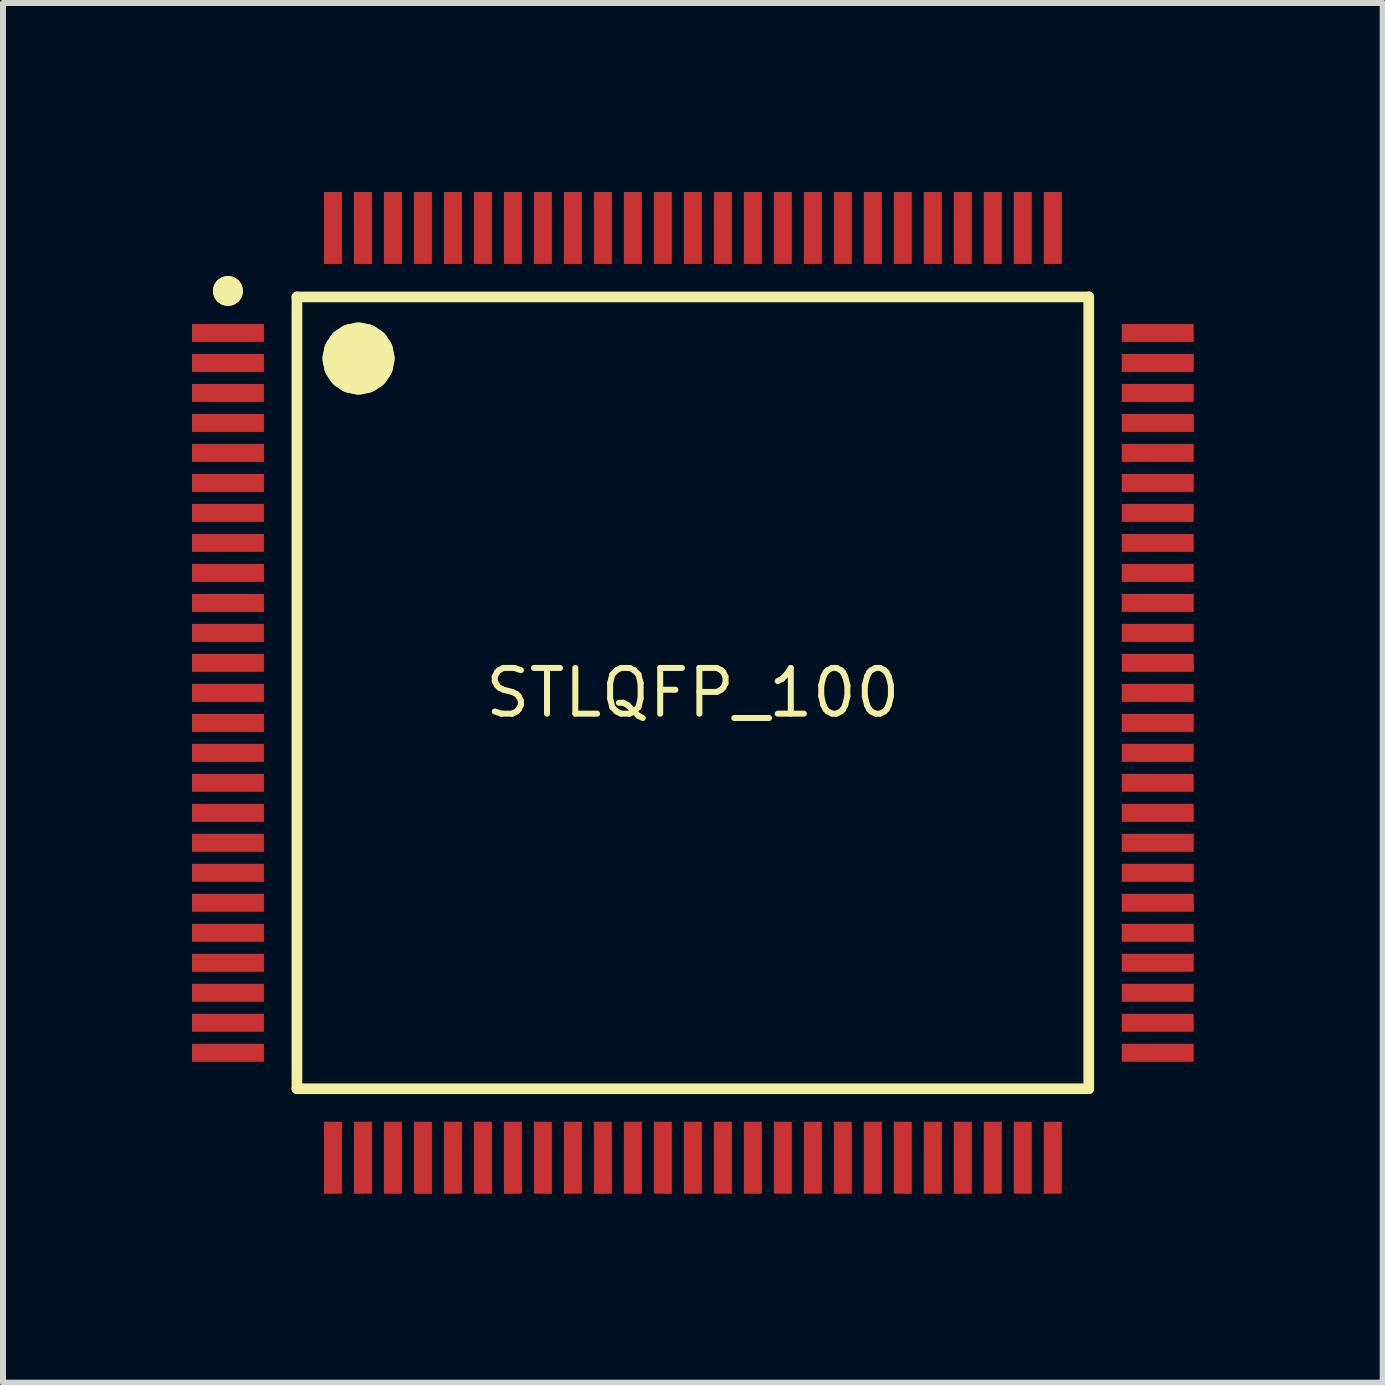
<source format=kicad_pcb>
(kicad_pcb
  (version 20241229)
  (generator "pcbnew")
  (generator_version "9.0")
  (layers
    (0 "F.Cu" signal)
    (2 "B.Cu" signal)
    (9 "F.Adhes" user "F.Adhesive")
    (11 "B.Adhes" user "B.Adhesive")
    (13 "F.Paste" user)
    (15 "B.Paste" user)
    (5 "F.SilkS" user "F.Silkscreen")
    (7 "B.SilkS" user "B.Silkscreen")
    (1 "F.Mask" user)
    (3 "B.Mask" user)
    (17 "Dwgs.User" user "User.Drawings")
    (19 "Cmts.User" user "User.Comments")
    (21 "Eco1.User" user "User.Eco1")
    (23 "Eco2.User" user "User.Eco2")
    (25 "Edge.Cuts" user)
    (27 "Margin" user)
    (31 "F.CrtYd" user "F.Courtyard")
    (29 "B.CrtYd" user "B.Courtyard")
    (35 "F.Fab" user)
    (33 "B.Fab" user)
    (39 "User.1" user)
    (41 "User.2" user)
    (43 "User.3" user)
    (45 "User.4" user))
  (footprint "STLQFP_100"
    (layer "F.Cu")
    (at 8.5 8.5)
    (property "Reference" "STLQFP_100" (at 0 0 0) (layer "F.SilkS") (effects (font (size 0.762 0.762) (thickness 0.1))))
    (attr through_hole)
    (fp_poly (pts (xy -7 -5.7) (xy -7 -6.3) (xy -8.5 -6.3) (xy -8.5 -5.7)) (stroke (width 0) (type solid)) (fill yes) (layer "F.Mask"))
    (fp_poly (pts (xy -7 -5.2) (xy -7 -5.8) (xy -8.5 -5.8) (xy -8.5 -5.2)) (stroke (width 0) (type solid)) (fill yes) (layer "F.Mask"))
    (fp_poly (pts (xy -7 -4.7) (xy -7 -5.3) (xy -8.5 -5.3) (xy -8.5 -4.7)) (stroke (width 0) (type solid)) (fill yes) (layer "F.Mask"))
    (fp_poly (pts (xy -7 -4.2) (xy -7 -4.8) (xy -8.5 -4.8) (xy -8.5 -4.2)) (stroke (width 0) (type solid)) (fill yes) (layer "F.Mask"))
    (fp_poly (pts (xy -7 -3.7) (xy -7 -4.3) (xy -8.5 -4.3) (xy -8.5 -3.7)) (stroke (width 0) (type solid)) (fill yes) (layer "F.Mask"))
    (fp_poly (pts (xy -7 -3.2) (xy -7 -3.8) (xy -8.5 -3.8) (xy -8.5 -3.2)) (stroke (width 0) (type solid)) (fill yes) (layer "F.Mask"))
    (fp_poly (pts (xy -7 -2.7) (xy -7 -3.3) (xy -8.5 -3.3) (xy -8.5 -2.7)) (stroke (width 0) (type solid)) (fill yes) (layer "F.Mask"))
    (fp_poly (pts (xy -7 -2.2) (xy -7 -2.8) (xy -8.5 -2.8) (xy -8.5 -2.2)) (stroke (width 0) (type solid)) (fill yes) (layer "F.Mask"))
    (fp_poly (pts (xy -7 -1.7) (xy -7 -2.3) (xy -8.5 -2.3) (xy -8.5 -1.7)) (stroke (width 0) (type solid)) (fill yes) (layer "F.Mask"))
    (fp_poly (pts (xy -7 -1.2) (xy -7 -1.8) (xy -8.5 -1.8) (xy -8.5 -1.2)) (stroke (width 0) (type solid)) (fill yes) (layer "F.Mask"))
    (fp_poly (pts (xy -7 -0.7) (xy -7 -1.3) (xy -8.5 -1.3) (xy -8.5 -0.7)) (stroke (width 0) (type solid)) (fill yes) (layer "F.Mask"))
    (fp_poly (pts (xy -7 -0.2) (xy -7 -0.8) (xy -8.5 -0.8) (xy -8.5 -0.2)) (stroke (width 0) (type solid)) (fill yes) (layer "F.Mask"))
    (fp_poly (pts (xy -7 0.3) (xy -7 -0.3) (xy -8.5 -0.3) (xy -8.5 0.3)) (stroke (width 0) (type solid)) (fill yes) (layer "F.Mask"))
    (fp_poly (pts (xy -7 0.8) (xy -7 0.2) (xy -8.5 0.2) (xy -8.5 0.8)) (stroke (width 0) (type solid)) (fill yes) (layer "F.Mask"))
    (fp_poly (pts (xy -7 1.3) (xy -7 0.7) (xy -8.5 0.7) (xy -8.5 1.3)) (stroke (width 0) (type solid)) (fill yes) (layer "F.Mask"))
    (fp_poly (pts (xy -7 1.8) (xy -7 1.2) (xy -8.5 1.2) (xy -8.5 1.8)) (stroke (width 0) (type solid)) (fill yes) (layer "F.Mask"))
    (fp_poly (pts (xy -7 2.3) (xy -7 1.7) (xy -8.5 1.7) (xy -8.5 2.3)) (stroke (width 0) (type solid)) (fill yes) (layer "F.Mask"))
    (fp_poly (pts (xy -7 2.8) (xy -7 2.2) (xy -8.5 2.2) (xy -8.5 2.8)) (stroke (width 0) (type solid)) (fill yes) (layer "F.Mask"))
    (fp_poly (pts (xy -7 3.3) (xy -7 2.7) (xy -8.5 2.7) (xy -8.5 3.3)) (stroke (width 0) (type solid)) (fill yes) (layer "F.Mask"))
    (fp_poly (pts (xy -7 3.8) (xy -7 3.2) (xy -8.5 3.2) (xy -8.5 3.8)) (stroke (width 0) (type solid)) (fill yes) (layer "F.Mask"))
    (fp_poly (pts (xy -7 4.3) (xy -7 3.7) (xy -8.5 3.7) (xy -8.5 4.3)) (stroke (width 0) (type solid)) (fill yes) (layer "F.Mask"))
    (fp_poly (pts (xy -7 4.8) (xy -7 4.2) (xy -8.5 4.2) (xy -8.5 4.8)) (stroke (width 0) (type solid)) (fill yes) (layer "F.Mask"))
    (fp_poly (pts (xy -7 5.3) (xy -7 4.7) (xy -8.5 4.7) (xy -8.5 5.3)) (stroke (width 0) (type solid)) (fill yes) (layer "F.Mask"))
    (fp_poly (pts (xy -7 5.8) (xy -7 5.2) (xy -8.5 5.2) (xy -8.5 5.8)) (stroke (width 0) (type solid)) (fill yes) (layer "F.Mask"))
    (fp_poly (pts (xy -7 6.3) (xy -7 5.7) (xy -8.5 5.7) (xy -8.5 6.3)) (stroke (width 0) (type solid)) (fill yes) (layer "F.Mask"))
    (fp_poly (pts (xy -6.3 -7) (xy -5.7 -7) (xy -5.7 -8.5) (xy -6.3 -8.5)) (stroke (width 0) (type solid)) (fill yes) (layer "F.Mask"))
    (fp_poly (pts (xy -6.3 8.5) (xy -5.7 8.5) (xy -5.7 7) (xy -6.3 7)) (stroke (width 0) (type solid)) (fill yes) (layer "F.Mask"))
    (fp_poly (pts (xy -5.8 -7) (xy -5.2 -7) (xy -5.2 -8.5) (xy -5.8 -8.5)) (stroke (width 0) (type solid)) (fill yes) (layer "F.Mask"))
    (fp_poly (pts (xy -5.8 8.5) (xy -5.2 8.5) (xy -5.2 7) (xy -5.8 7)) (stroke (width 0) (type solid)) (fill yes) (layer "F.Mask"))
    (fp_poly (pts (xy -5.3 -7) (xy -4.7 -7) (xy -4.7 -8.5) (xy -5.3 -8.5)) (stroke (width 0) (type solid)) (fill yes) (layer "F.Mask"))
    (fp_poly (pts (xy -5.3 8.5) (xy -4.7 8.5) (xy -4.7 7) (xy -5.3 7)) (stroke (width 0) (type solid)) (fill yes) (layer "F.Mask"))
    (fp_poly (pts (xy -4.8 -7) (xy -4.2 -7) (xy -4.2 -8.5) (xy -4.8 -8.5)) (stroke (width 0) (type solid)) (fill yes) (layer "F.Mask"))
    (fp_poly (pts (xy -4.8 8.5) (xy -4.2 8.5) (xy -4.2 7) (xy -4.8 7)) (stroke (width 0) (type solid)) (fill yes) (layer "F.Mask"))
    (fp_poly (pts (xy -4.3 -7) (xy -3.7 -7) (xy -3.7 -8.5) (xy -4.3 -8.5)) (stroke (width 0) (type solid)) (fill yes) (layer "F.Mask"))
    (fp_poly (pts (xy -4.3 8.5) (xy -3.7 8.5) (xy -3.7 7) (xy -4.3 7)) (stroke (width 0) (type solid)) (fill yes) (layer "F.Mask"))
    (fp_poly (pts (xy -3.8 -7) (xy -3.2 -7) (xy -3.2 -8.5) (xy -3.8 -8.5)) (stroke (width 0) (type solid)) (fill yes) (layer "F.Mask"))
    (fp_poly (pts (xy -3.8 8.5) (xy -3.2 8.5) (xy -3.2 7) (xy -3.8 7)) (stroke (width 0) (type solid)) (fill yes) (layer "F.Mask"))
    (fp_poly (pts (xy -3.3 -7) (xy -2.7 -7) (xy -2.7 -8.5) (xy -3.3 -8.5)) (stroke (width 0) (type solid)) (fill yes) (layer "F.Mask"))
    (fp_poly (pts (xy -3.3 8.5) (xy -2.7 8.5) (xy -2.7 7) (xy -3.3 7)) (stroke (width 0) (type solid)) (fill yes) (layer "F.Mask"))
    (fp_poly (pts (xy -2.8 -7) (xy -2.2 -7) (xy -2.2 -8.5) (xy -2.8 -8.5)) (stroke (width 0) (type solid)) (fill yes) (layer "F.Mask"))
    (fp_poly (pts (xy -2.8 8.5) (xy -2.2 8.5) (xy -2.2 7) (xy -2.8 7)) (stroke (width 0) (type solid)) (fill yes) (layer "F.Mask"))
    (fp_poly (pts (xy -2.3 -7) (xy -1.7 -7) (xy -1.7 -8.5) (xy -2.3 -8.5)) (stroke (width 0) (type solid)) (fill yes) (layer "F.Mask"))
    (fp_poly (pts (xy -2.3 8.5) (xy -1.7 8.5) (xy -1.7 7) (xy -2.3 7)) (stroke (width 0) (type solid)) (fill yes) (layer "F.Mask"))
    (fp_poly (pts (xy -1.8 -7) (xy -1.2 -7) (xy -1.2 -8.5) (xy -1.8 -8.5)) (stroke (width 0) (type solid)) (fill yes) (layer "F.Mask"))
    (fp_poly (pts (xy -1.8 8.5) (xy -1.2 8.5) (xy -1.2 7) (xy -1.8 7)) (stroke (width 0) (type solid)) (fill yes) (layer "F.Mask"))
    (fp_poly (pts (xy -1.3 -7) (xy -0.7 -7) (xy -0.7 -8.5) (xy -1.3 -8.5)) (stroke (width 0) (type solid)) (fill yes) (layer "F.Mask"))
    (fp_poly (pts (xy -1.3 8.5) (xy -0.7 8.5) (xy -0.7 7) (xy -1.3 7)) (stroke (width 0) (type solid)) (fill yes) (layer "F.Mask"))
    (fp_poly (pts (xy -0.8 -7) (xy -0.2 -7) (xy -0.2 -8.5) (xy -0.8 -8.5)) (stroke (width 0) (type solid)) (fill yes) (layer "F.Mask"))
    (fp_poly (pts (xy -0.8 8.5) (xy -0.2 8.5) (xy -0.2 7) (xy -0.8 7)) (stroke (width 0) (type solid)) (fill yes) (layer "F.Mask"))
    (fp_poly (pts (xy -0.3 -7) (xy 0.3 -7) (xy 0.3 -8.5) (xy -0.3 -8.5)) (stroke (width 0) (type solid)) (fill yes) (layer "F.Mask"))
    (fp_poly (pts (xy -0.3 8.5) (xy 0.3 8.5) (xy 0.3 7) (xy -0.3 7)) (stroke (width 0) (type solid)) (fill yes) (layer "F.Mask"))
    (fp_poly (pts (xy 0.2 -7) (xy 0.8 -7) (xy 0.8 -8.5) (xy 0.2 -8.5)) (stroke (width 0) (type solid)) (fill yes) (layer "F.Mask"))
    (fp_poly (pts (xy 0.2 8.5) (xy 0.8 8.5) (xy 0.8 7) (xy 0.2 7)) (stroke (width 0) (type solid)) (fill yes) (layer "F.Mask"))
    (fp_poly (pts (xy 0.7 -7) (xy 1.3 -7) (xy 1.3 -8.5) (xy 0.7 -8.5)) (stroke (width 0) (type solid)) (fill yes) (layer "F.Mask"))
    (fp_poly (pts (xy 0.7 8.5) (xy 1.3 8.5) (xy 1.3 7) (xy 0.7 7)) (stroke (width 0) (type solid)) (fill yes) (layer "F.Mask"))
    (fp_poly (pts (xy 1.2 -7) (xy 1.8 -7) (xy 1.8 -8.5) (xy 1.2 -8.5)) (stroke (width 0) (type solid)) (fill yes) (layer "F.Mask"))
    (fp_poly (pts (xy 1.2 8.5) (xy 1.8 8.5) (xy 1.8 7) (xy 1.2 7)) (stroke (width 0) (type solid)) (fill yes) (layer "F.Mask"))
    (fp_poly (pts (xy 1.7 -7) (xy 2.3 -7) (xy 2.3 -8.5) (xy 1.7 -8.5)) (stroke (width 0) (type solid)) (fill yes) (layer "F.Mask"))
    (fp_poly (pts (xy 1.7 8.5) (xy 2.3 8.5) (xy 2.3 7) (xy 1.7 7)) (stroke (width 0) (type solid)) (fill yes) (layer "F.Mask"))
    (fp_poly (pts (xy 2.2 -7) (xy 2.8 -7) (xy 2.8 -8.5) (xy 2.2 -8.5)) (stroke (width 0) (type solid)) (fill yes) (layer "F.Mask"))
    (fp_poly (pts (xy 2.2 8.5) (xy 2.8 8.5) (xy 2.8 7) (xy 2.2 7)) (stroke (width 0) (type solid)) (fill yes) (layer "F.Mask"))
    (fp_poly (pts (xy 2.7 -7) (xy 3.3 -7) (xy 3.3 -8.5) (xy 2.7 -8.5)) (stroke (width 0) (type solid)) (fill yes) (layer "F.Mask"))
    (fp_poly (pts (xy 2.7 8.5) (xy 3.3 8.5) (xy 3.3 7) (xy 2.7 7)) (stroke (width 0) (type solid)) (fill yes) (layer "F.Mask"))
    (fp_poly (pts (xy 3.2 -7) (xy 3.8 -7) (xy 3.8 -8.5) (xy 3.2 -8.5)) (stroke (width 0) (type solid)) (fill yes) (layer "F.Mask"))
    (fp_poly (pts (xy 3.2 8.5) (xy 3.8 8.5) (xy 3.8 7) (xy 3.2 7)) (stroke (width 0) (type solid)) (fill yes) (layer "F.Mask"))
    (fp_poly (pts (xy 3.7 -7) (xy 4.3 -7) (xy 4.3 -8.5) (xy 3.7 -8.5)) (stroke (width 0) (type solid)) (fill yes) (layer "F.Mask"))
    (fp_poly (pts (xy 3.7 8.5) (xy 4.3 8.5) (xy 4.3 7) (xy 3.7 7)) (stroke (width 0) (type solid)) (fill yes) (layer "F.Mask"))
    (fp_poly (pts (xy 4.2 -7) (xy 4.8 -7) (xy 4.8 -8.5) (xy 4.2 -8.5)) (stroke (width 0) (type solid)) (fill yes) (layer "F.Mask"))
    (fp_poly (pts (xy 4.2 8.5) (xy 4.8 8.5) (xy 4.8 7) (xy 4.2 7)) (stroke (width 0) (type solid)) (fill yes) (layer "F.Mask"))
    (fp_poly (pts (xy 4.7 -7) (xy 5.3 -7) (xy 5.3 -8.5) (xy 4.7 -8.5)) (stroke (width 0) (type solid)) (fill yes) (layer "F.Mask"))
    (fp_poly (pts (xy 4.7 8.5) (xy 5.3 8.5) (xy 5.3 7) (xy 4.7 7)) (stroke (width 0) (type solid)) (fill yes) (layer "F.Mask"))
    (fp_poly (pts (xy 5.2 -7) (xy 5.8 -7) (xy 5.8 -8.5) (xy 5.2 -8.5)) (stroke (width 0) (type solid)) (fill yes) (layer "F.Mask"))
    (fp_poly (pts (xy 5.2 8.5) (xy 5.8 8.5) (xy 5.8 7) (xy 5.2 7)) (stroke (width 0) (type solid)) (fill yes) (layer "F.Mask"))
    (fp_poly (pts (xy 5.7 -7) (xy 6.3 -7) (xy 6.3 -8.5) (xy 5.7 -8.5)) (stroke (width 0) (type solid)) (fill yes) (layer "F.Mask"))
    (fp_poly (pts (xy 5.7 8.5) (xy 6.3 8.5) (xy 6.3 7) (xy 5.7 7)) (stroke (width 0) (type solid)) (fill yes) (layer "F.Mask"))
    (fp_poly (pts (xy 8.5 -5.7) (xy 8.5 -6.3) (xy 7 -6.3) (xy 7 -5.7)) (stroke (width 0) (type solid)) (fill yes) (layer "F.Mask"))
    (fp_poly (pts (xy 8.5 -5.2) (xy 8.5 -5.8) (xy 7 -5.8) (xy 7 -5.2)) (stroke (width 0) (type solid)) (fill yes) (layer "F.Mask"))
    (fp_poly (pts (xy 8.5 -4.7) (xy 8.5 -5.3) (xy 7 -5.3) (xy 7 -4.7)) (stroke (width 0) (type solid)) (fill yes) (layer "F.Mask"))
    (fp_poly (pts (xy 8.5 -4.2) (xy 8.5 -4.8) (xy 7 -4.8) (xy 7 -4.2)) (stroke (width 0) (type solid)) (fill yes) (layer "F.Mask"))
    (fp_poly (pts (xy 8.5 -3.7) (xy 8.5 -4.3) (xy 7 -4.3) (xy 7 -3.7)) (stroke (width 0) (type solid)) (fill yes) (layer "F.Mask"))
    (fp_poly (pts (xy 8.5 -3.2) (xy 8.5 -3.8) (xy 7 -3.8) (xy 7 -3.2)) (stroke (width 0) (type solid)) (fill yes) (layer "F.Mask"))
    (fp_poly (pts (xy 8.5 -2.7) (xy 8.5 -3.3) (xy 7 -3.3) (xy 7 -2.7)) (stroke (width 0) (type solid)) (fill yes) (layer "F.Mask"))
    (fp_poly (pts (xy 8.5 -2.2) (xy 8.5 -2.8) (xy 7 -2.8) (xy 7 -2.2)) (stroke (width 0) (type solid)) (fill yes) (layer "F.Mask"))
    (fp_poly (pts (xy 8.5 -1.7) (xy 8.5 -2.3) (xy 7 -2.3) (xy 7 -1.7)) (stroke (width 0) (type solid)) (fill yes) (layer "F.Mask"))
    (fp_poly (pts (xy 8.5 -1.2) (xy 8.5 -1.8) (xy 7 -1.8) (xy 7 -1.2)) (stroke (width 0) (type solid)) (fill yes) (layer "F.Mask"))
    (fp_poly (pts (xy 8.5 -0.7) (xy 8.5 -1.3) (xy 7 -1.3) (xy 7 -0.7)) (stroke (width 0) (type solid)) (fill yes) (layer "F.Mask"))
    (fp_poly (pts (xy 8.5 -0.2) (xy 8.5 -0.8) (xy 7 -0.8) (xy 7 -0.2)) (stroke (width 0) (type solid)) (fill yes) (layer "F.Mask"))
    (fp_poly (pts (xy 8.5 0.3) (xy 8.5 -0.3) (xy 7 -0.3) (xy 7 0.3)) (stroke (width 0) (type solid)) (fill yes) (layer "F.Mask"))
    (fp_poly (pts (xy 8.5 0.8) (xy 8.5 0.2) (xy 7 0.2) (xy 7 0.8)) (stroke (width 0) (type solid)) (fill yes) (layer "F.Mask"))
    (fp_poly (pts (xy 8.5 1.3) (xy 8.5 0.7) (xy 7 0.7) (xy 7 1.3)) (stroke (width 0) (type solid)) (fill yes) (layer "F.Mask"))
    (fp_poly (pts (xy 8.5 1.8) (xy 8.5 1.2) (xy 7 1.2) (xy 7 1.8)) (stroke (width 0) (type solid)) (fill yes) (layer "F.Mask"))
    (fp_poly (pts (xy 8.5 2.3) (xy 8.5 1.7) (xy 7 1.7) (xy 7 2.3)) (stroke (width 0) (type solid)) (fill yes) (layer "F.Mask"))
    (fp_poly (pts (xy 8.5 2.8) (xy 8.5 2.2) (xy 7 2.2) (xy 7 2.8)) (stroke (width 0) (type solid)) (fill yes) (layer "F.Mask"))
    (fp_poly (pts (xy 8.5 3.3) (xy 8.5 2.7) (xy 7 2.7) (xy 7 3.3)) (stroke (width 0) (type solid)) (fill yes) (layer "F.Mask"))
    (fp_poly (pts (xy 8.5 3.8) (xy 8.5 3.2) (xy 7 3.2) (xy 7 3.8)) (stroke (width 0) (type solid)) (fill yes) (layer "F.Mask"))
    (fp_poly (pts (xy 8.5 4.3) (xy 8.5 3.7) (xy 7 3.7) (xy 7 4.3)) (stroke (width 0) (type solid)) (fill yes) (layer "F.Mask"))
    (fp_poly (pts (xy 8.5 4.8) (xy 8.5 4.2) (xy 7 4.2) (xy 7 4.8)) (stroke (width 0) (type solid)) (fill yes) (layer "F.Mask"))
    (fp_poly (pts (xy 8.5 5.3) (xy 8.5 4.7) (xy 7 4.7) (xy 7 5.3)) (stroke (width 0) (type solid)) (fill yes) (layer "F.Mask"))
    (fp_poly (pts (xy 8.5 5.8) (xy 8.5 5.2) (xy 7 5.2) (xy 7 5.8)) (stroke (width 0) (type solid)) (fill yes) (layer "F.Mask"))
    (fp_poly (pts (xy 8.5 6.3) (xy 8.5 5.7) (xy 7 5.7) (xy 7 6.3)) (stroke (width 0) (type solid)) (fill yes) (layer "F.Mask"))
    (fp_line (start -7.875 -6.7) (end -7.865 -6.652) (stroke (width 0.25) (type solid)) (layer "F.SilkS"))
    (fp_line (start -7.865 -6.748) (end -7.875 -6.7) (stroke (width 0.25) (type solid)) (layer "F.SilkS"))
    (fp_line (start -7.865 -6.652) (end -7.838 -6.612) (stroke (width 0.25) (type solid)) (layer "F.SilkS"))
    (fp_line (start -7.838 -6.788) (end -7.865 -6.748) (stroke (width 0.25) (type solid)) (layer "F.SilkS"))
    (fp_line (start -7.838 -6.612) (end -7.798 -6.585) (stroke (width 0.25) (type solid)) (layer "F.SilkS"))
    (fp_line (start -7.798 -6.815) (end -7.838 -6.788) (stroke (width 0.25) (type solid)) (layer "F.SilkS"))
    (fp_line (start -7.798 -6.585) (end -7.75 -6.575) (stroke (width 0.25) (type solid)) (layer "F.SilkS"))
    (fp_line (start -7.75 -6.825) (end -7.798 -6.815) (stroke (width 0.25) (type solid)) (layer "F.SilkS"))
    (fp_line (start -7.75 -6.575) (end -7.702 -6.585) (stroke (width 0.25) (type solid)) (layer "F.SilkS"))
    (fp_line (start -7.702 -6.815) (end -7.75 -6.825) (stroke (width 0.25) (type solid)) (layer "F.SilkS"))
    (fp_line (start -7.702 -6.585) (end -7.662 -6.612) (stroke (width 0.25) (type solid)) (layer "F.SilkS"))
    (fp_line (start -7.662 -6.788) (end -7.702 -6.815) (stroke (width 0.25) (type solid)) (layer "F.SilkS"))
    (fp_line (start -7.662 -6.612) (end -7.635 -6.652) (stroke (width 0.25) (type solid)) (layer "F.SilkS"))
    (fp_line (start -7.635 -6.748) (end -7.662 -6.788) (stroke (width 0.25) (type solid)) (layer "F.SilkS"))
    (fp_line (start -7.635 -6.652) (end -7.625 -6.7) (stroke (width 0.25) (type solid)) (layer "F.SilkS"))
    (fp_line (start -7.625 -6.7) (end -7.635 -6.748) (stroke (width 0.25) (type solid)) (layer "F.SilkS"))
    (fp_line (start -6.6 -6.6) (end 6.6 -6.6) (stroke (width 0.178) (type solid)) (layer "F.SilkS"))
    (fp_line (start -6.6 6.6) (end -6.6 -6.6) (stroke (width 0.178) (type solid)) (layer "F.SilkS"))
    (fp_line (start -6.6 6.6) (end 6.6 6.6) (stroke (width 0.178) (type solid)) (layer "F.SilkS"))
    (fp_line (start -5.873 -5.573) (end -5.85 -5.458) (stroke (width 0.6) (type solid)) (layer "F.SilkS"))
    (fp_line (start -5.85 -5.688) (end -5.873 -5.573) (stroke (width 0.6) (type solid)) (layer "F.SilkS"))
    (fp_line (start -5.85 -5.458) (end -5.785 -5.361) (stroke (width 0.6) (type solid)) (layer "F.SilkS"))
    (fp_line (start -5.785 -5.785) (end -5.85 -5.688) (stroke (width 0.6) (type solid)) (layer "F.SilkS"))
    (fp_line (start -5.785 -5.361) (end -5.688 -5.296) (stroke (width 0.6) (type solid)) (layer "F.SilkS"))
    (fp_line (start -5.688 -5.85) (end -5.785 -5.785) (stroke (width 0.6) (type solid)) (layer "F.SilkS"))
    (fp_line (start -5.688 -5.296) (end -5.573 -5.273) (stroke (width 0.6) (type solid)) (layer "F.SilkS"))
    (fp_line (start -5.573 -5.873) (end -5.688 -5.85) (stroke (width 0.6) (type solid)) (layer "F.SilkS"))
    (fp_line (start -5.573 -5.273) (end -5.458 -5.296) (stroke (width 0.6) (type solid)) (layer "F.SilkS"))
    (fp_line (start -5.458 -5.85) (end -5.573 -5.873) (stroke (width 0.6) (type solid)) (layer "F.SilkS"))
    (fp_line (start -5.458 -5.296) (end -5.361 -5.361) (stroke (width 0.6) (type solid)) (layer "F.SilkS"))
    (fp_line (start -5.361 -5.785) (end -5.458 -5.85) (stroke (width 0.6) (type solid)) (layer "F.SilkS"))
    (fp_line (start -5.361 -5.361) (end -5.296 -5.458) (stroke (width 0.6) (type solid)) (layer "F.SilkS"))
    (fp_line (start -5.296 -5.688) (end -5.361 -5.785) (stroke (width 0.6) (type solid)) (layer "F.SilkS"))
    (fp_line (start -5.296 -5.458) (end -5.273 -5.573) (stroke (width 0.6) (type solid)) (layer "F.SilkS"))
    (fp_line (start -5.273 -5.573) (end -5.296 -5.688) (stroke (width 0.6) (type solid)) (layer "F.SilkS"))
    (fp_line (start 6.6 6.6) (end 6.6 -6.6) (stroke (width 0.178) (type solid)) (layer "F.SilkS"))
    (pad "1" smd rect (at -7.75 -6 90) (size 0.3 1.2) (layers "F.Cu" "F.Paste"))
    (pad "2" smd rect (at -7.75 -5.5 90) (size 0.3 1.2) (layers "F.Cu" "F.Paste"))
    (pad "3" smd rect (at -7.75 -5 90) (size 0.3 1.2) (layers "F.Cu" "F.Paste"))
    (pad "4" smd rect (at -7.75 -4.5 90) (size 0.3 1.2) (layers "F.Cu" "F.Paste"))
    (pad "5" smd rect (at -7.75 -4 90) (size 0.3 1.2) (layers "F.Cu" "F.Paste"))
    (pad "6" smd rect (at -7.75 -3.5 90) (size 0.3 1.2) (layers "F.Cu" "F.Paste"))
    (pad "7" smd rect (at -7.75 -3 90) (size 0.3 1.2) (layers "F.Cu" "F.Paste"))
    (pad "8" smd rect (at -7.75 -2.5 90) (size 0.3 1.2) (layers "F.Cu" "F.Paste"))
    (pad "9" smd rect (at -7.75 -2 90) (size 0.3 1.2) (layers "F.Cu" "F.Paste"))
    (pad "10" smd rect (at -7.75 -1.5 90) (size 0.3 1.2) (layers "F.Cu" "F.Paste"))
    (pad "11" smd rect (at -7.75 -1 90) (size 0.3 1.2) (layers "F.Cu" "F.Paste"))
    (pad "12" smd rect (at -7.75 -0.5 90) (size 0.3 1.2) (layers "F.Cu" "F.Paste"))
    (pad "13" smd rect (at -7.75 0 90) (size 0.3 1.2) (layers "F.Cu" "F.Paste"))
    (pad "14" smd rect (at -7.75 0.5 90) (size 0.3 1.2) (layers "F.Cu" "F.Paste"))
    (pad "15" smd rect (at -7.75 1 90) (size 0.3 1.2) (layers "F.Cu" "F.Paste"))
    (pad "16" smd rect (at -7.75 1.5 90) (size 0.3 1.2) (layers "F.Cu" "F.Paste"))
    (pad "17" smd rect (at -7.75 2 90) (size 0.3 1.2) (layers "F.Cu" "F.Paste"))
    (pad "18" smd rect (at -7.75 2.5 90) (size 0.3 1.2) (layers "F.Cu" "F.Paste"))
    (pad "19" smd rect (at -7.75 3 90) (size 0.3 1.2) (layers "F.Cu" "F.Paste"))
    (pad "20" smd rect (at -7.75 3.5 90) (size 0.3 1.2) (layers "F.Cu" "F.Paste"))
    (pad "21" smd rect (at -7.75 4 90) (size 0.3 1.2) (layers "F.Cu" "F.Paste"))
    (pad "22" smd rect (at -7.75 4.5 90) (size 0.3 1.2) (layers "F.Cu" "F.Paste"))
    (pad "23" smd rect (at -7.75 5 90) (size 0.3 1.2) (layers "F.Cu" "F.Paste"))
    (pad "24" smd rect (at -7.75 5.5 90) (size 0.3 1.2) (layers "F.Cu" "F.Paste"))
    (pad "25" smd rect (at -7.75 6 90) (size 0.3 1.2) (layers "F.Cu" "F.Paste"))
    (pad "26" smd rect (at -6 7.75) (size 0.3 1.2) (layers "F.Cu" "F.Paste"))
    (pad "27" smd rect (at -5.5 7.75) (size 0.3 1.2) (layers "F.Cu" "F.Paste"))
    (pad "28" smd rect (at -5 7.75) (size 0.3 1.2) (layers "F.Cu" "F.Paste"))
    (pad "29" smd rect (at -4.5 7.75) (size 0.3 1.2) (layers "F.Cu" "F.Paste"))
    (pad "30" smd rect (at -4 7.75) (size 0.3 1.2) (layers "F.Cu" "F.Paste"))
    (pad "31" smd rect (at -3.5 7.75) (size 0.3 1.2) (layers "F.Cu" "F.Paste"))
    (pad "32" smd rect (at -3 7.75) (size 0.3 1.2) (layers "F.Cu" "F.Paste"))
    (pad "33" smd rect (at -2.5 7.75) (size 0.3 1.2) (layers "F.Cu" "F.Paste"))
    (pad "34" smd rect (at -2 7.75) (size 0.3 1.2) (layers "F.Cu" "F.Paste"))
    (pad "35" smd rect (at -1.5 7.75) (size 0.3 1.2) (layers "F.Cu" "F.Paste"))
    (pad "36" smd rect (at -1 7.75) (size 0.3 1.2) (layers "F.Cu" "F.Paste"))
    (pad "37" smd rect (at -0.5 7.75) (size 0.3 1.2) (layers "F.Cu" "F.Paste"))
    (pad "38" smd rect (at 0 7.75) (size 0.3 1.2) (layers "F.Cu" "F.Paste"))
    (pad "39" smd rect (at 0.5 7.75) (size 0.3 1.2) (layers "F.Cu" "F.Paste"))
    (pad "40" smd rect (at 1 7.75) (size 0.3 1.2) (layers "F.Cu" "F.Paste"))
    (pad "41" smd rect (at 1.5 7.75) (size 0.3 1.2) (layers "F.Cu" "F.Paste"))
    (pad "42" smd rect (at 2 7.75) (size 0.3 1.2) (layers "F.Cu" "F.Paste"))
    (pad "43" smd rect (at 2.5 7.75) (size 0.3 1.2) (layers "F.Cu" "F.Paste"))
    (pad "44" smd rect (at 3 7.75) (size 0.3 1.2) (layers "F.Cu" "F.Paste"))
    (pad "45" smd rect (at 3.5 7.75) (size 0.3 1.2) (layers "F.Cu" "F.Paste"))
    (pad "46" smd rect (at 4 7.75) (size 0.3 1.2) (layers "F.Cu" "F.Paste"))
    (pad "47" smd rect (at 4.5 7.75) (size 0.3 1.2) (layers "F.Cu" "F.Paste"))
    (pad "48" smd rect (at 5 7.75) (size 0.3 1.2) (layers "F.Cu" "F.Paste"))
    (pad "49" smd rect (at 5.5 7.75) (size 0.3 1.2) (layers "F.Cu" "F.Paste"))
    (pad "50" smd rect (at 6 7.75) (size 0.3 1.2) (layers "F.Cu" "F.Paste"))
    (pad "51" smd rect (at 7.75 6 90) (size 0.3 1.2) (layers "F.Cu" "F.Paste"))
    (pad "52" smd rect (at 7.75 5.5 90) (size 0.3 1.2) (layers "F.Cu" "F.Paste"))
    (pad "53" smd rect (at 7.75 5 90) (size 0.3 1.2) (layers "F.Cu" "F.Paste"))
    (pad "54" smd rect (at 7.75 4.5 90) (size 0.3 1.2) (layers "F.Cu" "F.Paste"))
    (pad "55" smd rect (at 7.75 4 90) (size 0.3 1.2) (layers "F.Cu" "F.Paste"))
    (pad "56" smd rect (at 7.75 3.5 90) (size 0.3 1.2) (layers "F.Cu" "F.Paste"))
    (pad "57" smd rect (at 7.75 3 90) (size 0.3 1.2) (layers "F.Cu" "F.Paste"))
    (pad "58" smd rect (at 7.75 2.5 90) (size 0.3 1.2) (layers "F.Cu" "F.Paste"))
    (pad "59" smd rect (at 7.75 2 90) (size 0.3 1.2) (layers "F.Cu" "F.Paste"))
    (pad "60" smd rect (at 7.75 1.5 90) (size 0.3 1.2) (layers "F.Cu" "F.Paste"))
    (pad "61" smd rect (at 7.75 1 90) (size 0.3 1.2) (layers "F.Cu" "F.Paste"))
    (pad "62" smd rect (at 7.75 0.5 90) (size 0.3 1.2) (layers "F.Cu" "F.Paste"))
    (pad "63" smd rect (at 7.75 0 90) (size 0.3 1.2) (layers "F.Cu" "F.Paste"))
    (pad "64" smd rect (at 7.75 -0.5 90) (size 0.3 1.2) (layers "F.Cu" "F.Paste"))
    (pad "65" smd rect (at 7.75 -1 90) (size 0.3 1.2) (layers "F.Cu" "F.Paste"))
    (pad "66" smd rect (at 7.75 -1.5 90) (size 0.3 1.2) (layers "F.Cu" "F.Paste"))
    (pad "67" smd rect (at 7.75 -2 90) (size 0.3 1.2) (layers "F.Cu" "F.Paste"))
    (pad "68" smd rect (at 7.75 -2.5 90) (size 0.3 1.2) (layers "F.Cu" "F.Paste"))
    (pad "69" smd rect (at 7.75 -3 90) (size 0.3 1.2) (layers "F.Cu" "F.Paste"))
    (pad "70" smd rect (at 7.75 -3.5 90) (size 0.3 1.2) (layers "F.Cu" "F.Paste"))
    (pad "71" smd rect (at 7.75 -4 90) (size 0.3 1.2) (layers "F.Cu" "F.Paste"))
    (pad "72" smd rect (at 7.75 -4.5 90) (size 0.3 1.2) (layers "F.Cu" "F.Paste"))
    (pad "73" smd rect (at 7.75 -5 90) (size 0.3 1.2) (layers "F.Cu" "F.Paste"))
    (pad "74" smd rect (at 7.75 -5.5 90) (size 0.3 1.2) (layers "F.Cu" "F.Paste"))
    (pad "75" smd rect (at 7.75 -6 90) (size 0.3 1.2) (layers "F.Cu" "F.Paste"))
    (pad "76" smd rect (at 6 -7.75) (size 0.3 1.2) (layers "F.Cu" "F.Paste"))
    (pad "77" smd rect (at 5.5 -7.75) (size 0.3 1.2) (layers "F.Cu" "F.Paste"))
    (pad "78" smd rect (at 5 -7.75) (size 0.3 1.2) (layers "F.Cu" "F.Paste"))
    (pad "79" smd rect (at 4.5 -7.75) (size 0.3 1.2) (layers "F.Cu" "F.Paste"))
    (pad "80" smd rect (at 4 -7.75) (size 0.3 1.2) (layers "F.Cu" "F.Paste"))
    (pad "81" smd rect (at 3.5 -7.75) (size 0.3 1.2) (layers "F.Cu" "F.Paste"))
    (pad "82" smd rect (at 3 -7.75) (size 0.3 1.2) (layers "F.Cu" "F.Paste"))
    (pad "83" smd rect (at 2.5 -7.75) (size 0.3 1.2) (layers "F.Cu" "F.Paste"))
    (pad "84" smd rect (at 2 -7.75) (size 0.3 1.2) (layers "F.Cu" "F.Paste"))
    (pad "85" smd rect (at 1.5 -7.75) (size 0.3 1.2) (layers "F.Cu" "F.Paste"))
    (pad "86" smd rect (at 1 -7.75) (size 0.3 1.2) (layers "F.Cu" "F.Paste"))
    (pad "87" smd rect (at 0.5 -7.75) (size 0.3 1.2) (layers "F.Cu" "F.Paste"))
    (pad "88" smd rect (at 0 -7.75) (size 0.3 1.2) (layers "F.Cu" "F.Paste"))
    (pad "89" smd rect (at -0.5 -7.75) (size 0.3 1.2) (layers "F.Cu" "F.Paste"))
    (pad "90" smd rect (at -1 -7.75) (size 0.3 1.2) (layers "F.Cu" "F.Paste"))
    (pad "91" smd rect (at -1.5 -7.75) (size 0.3 1.2) (layers "F.Cu" "F.Paste"))
    (pad "92" smd rect (at -2 -7.75) (size 0.3 1.2) (layers "F.Cu" "F.Paste"))
    (pad "93" smd rect (at -2.5 -7.75) (size 0.3 1.2) (layers "F.Cu" "F.Paste"))
    (pad "94" smd rect (at -3 -7.75) (size 0.3 1.2) (layers "F.Cu" "F.Paste"))
    (pad "95" smd rect (at -3.5 -7.75) (size 0.3 1.2) (layers "F.Cu" "F.Paste"))
    (pad "96" smd rect (at -4 -7.75) (size 0.3 1.2) (layers "F.Cu" "F.Paste"))
    (pad "97" smd rect (at -4.5 -7.75) (size 0.3 1.2) (layers "F.Cu" "F.Paste"))
    (pad "98" smd rect (at -5 -7.75) (size 0.3 1.2) (layers "F.Cu" "F.Paste"))
    (pad "99" smd rect (at -5.5 -7.75) (size 0.3 1.2) (layers "F.Cu" "F.Paste"))
    (pad "100" smd rect (at -6 -7.75) (size 0.3 1.2) (layers "F.Cu" "F.Paste")))
  (gr_rect
    (start -3 -3)
    (end 20 20)
    (stroke (width 0.1) (type default))
    (fill no)
    (layer "Edge.Cuts")))
</source>
